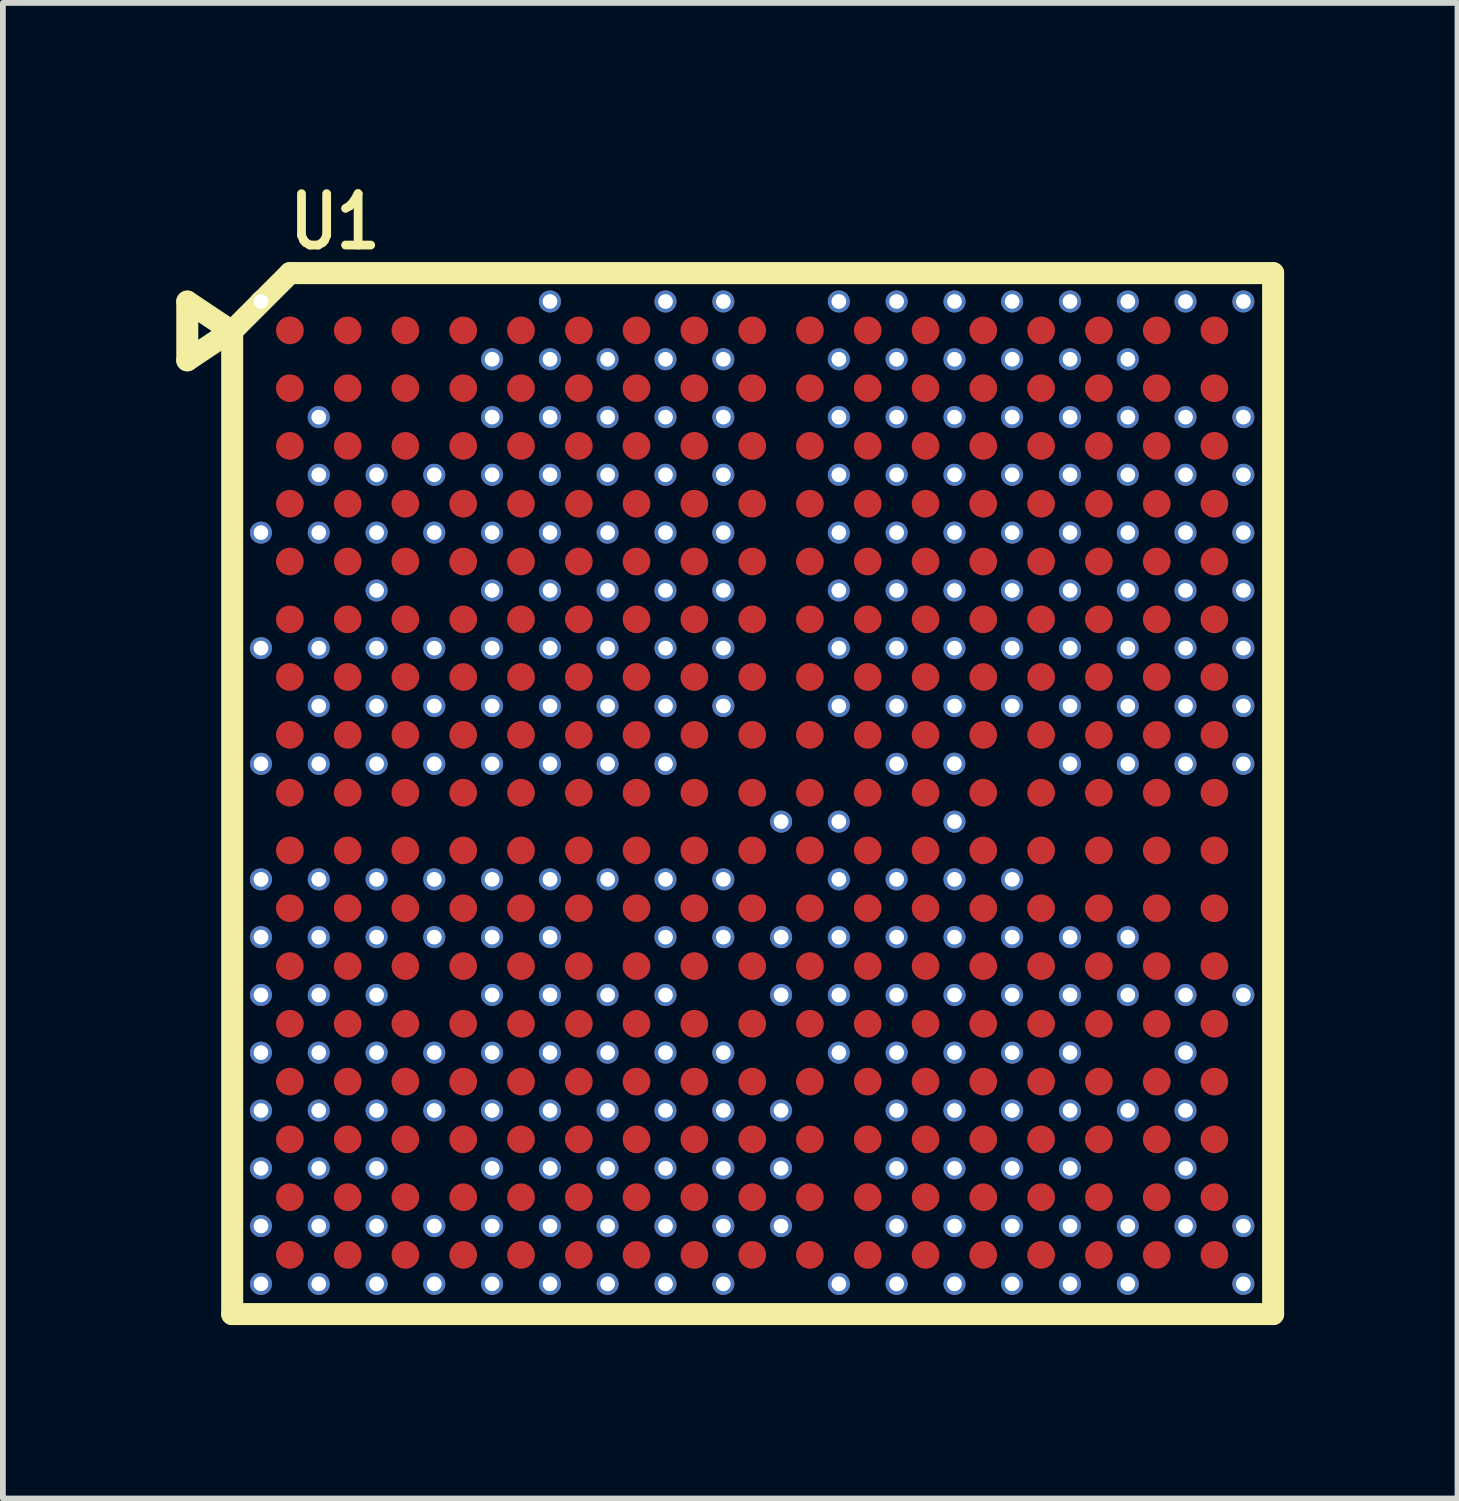
<source format=kicad_pcb>
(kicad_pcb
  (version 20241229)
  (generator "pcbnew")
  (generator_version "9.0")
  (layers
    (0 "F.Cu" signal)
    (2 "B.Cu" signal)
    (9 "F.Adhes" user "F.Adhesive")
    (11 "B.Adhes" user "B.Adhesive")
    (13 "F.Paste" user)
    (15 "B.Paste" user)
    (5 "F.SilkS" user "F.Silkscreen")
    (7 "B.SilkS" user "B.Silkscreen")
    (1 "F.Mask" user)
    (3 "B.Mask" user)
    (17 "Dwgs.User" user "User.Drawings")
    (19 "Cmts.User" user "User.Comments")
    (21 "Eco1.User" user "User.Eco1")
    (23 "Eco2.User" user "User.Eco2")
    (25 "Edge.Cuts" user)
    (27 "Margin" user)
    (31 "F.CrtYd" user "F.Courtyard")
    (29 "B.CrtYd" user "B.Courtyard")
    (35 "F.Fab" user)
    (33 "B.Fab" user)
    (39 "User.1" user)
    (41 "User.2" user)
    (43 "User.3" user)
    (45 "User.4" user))
  (footprint "U1"
    (layer "F.Cu")
    (at 1.966 2.667)
    (property "Reference" "U1" (at 0.782 -1.88 0) (layer "F.SilkS") (effects (font (size 0.889 0.762) (thickness 0.152))))
    (attr smd)
    (fp_line (start -1.775 -0.498) (end -1.775 0.518) (stroke (width 0.381) (type solid)) (layer "F.SilkS"))
    (fp_line (start -1.775 0.518) (end -1.013 0.01) (stroke (width 0.381) (type solid)) (layer "F.SilkS"))
    (fp_line (start -1.013 0.01) (end -1.775 -0.498) (stroke (width 0.381) (type solid)) (layer "F.SilkS"))
    (fp_line (start -0.998 0.01) (end 0.003 -0.991) (stroke (width 0.381) (type solid)) (layer "F.SilkS"))
    (fp_line (start -0.998 17.023) (end -0.998 0.01) (stroke (width 0.381) (type solid)) (layer "F.SilkS"))
    (fp_line (start 0.003 -0.991) (end 17.015 -0.991) (stroke (width 0.381) (type solid)) (layer "F.SilkS"))
    (fp_line (start 17.015 -0.991) (end 17.015 17.023) (stroke (width 0.381) (type solid)) (layer "F.SilkS"))
    (fp_line (start 17.015 17.023) (end -0.998 17.023) (stroke (width 0.381) (type solid)) (layer "F.SilkS"))
    (pad "A1" thru_hole circle (at -0.5 -0.5) (size 0.381 0.381) (drill 0.254) (layers "*.Cu"))
    (pad "A1" smd circle (at 0 0) (size 0.48 0.48) (layers "F.Cu" "F.Mask" "F.Paste"))
    (pad "A2" smd circle (at 1.001 0) (size 0.48 0.48) (layers "F.Cu" "F.Mask" "F.Paste"))
    (pad "A3" smd circle (at 1.999 0) (size 0.48 0.48) (layers "F.Cu" "F.Mask" "F.Paste"))
    (pad "A4" smd circle (at 3 0) (size 0.48 0.48) (layers "F.Cu" "F.Mask" "F.Paste"))
    (pad "A5" smd circle (at 4 0) (size 0.48 0.48) (layers "F.Cu" "F.Mask" "F.Paste"))
    (pad "A6" thru_hole circle (at 4.501 -0.5) (size 0.381 0.381) (drill 0.254) (layers "*.Cu"))
    (pad "A6" smd circle (at 5.001 0) (size 0.48 0.48) (layers "F.Cu" "F.Mask" "F.Paste"))
    (pad "A7" smd circle (at 5.999 0) (size 0.48 0.48) (layers "F.Cu" "F.Mask" "F.Paste"))
    (pad "A8" thru_hole circle (at 6.5 -0.5) (size 0.381 0.381) (drill 0.254) (layers "*.Cu"))
    (pad "A8" smd circle (at 7 0) (size 0.48 0.48) (layers "F.Cu" "F.Mask" "F.Paste"))
    (pad "A9" thru_hole circle (at 7.501 -0.5) (size 0.381 0.381) (drill 0.254) (layers "*.Cu"))
    (pad "A9" smd circle (at 8.001 0) (size 0.48 0.48) (layers "F.Cu" "F.Mask" "F.Paste"))
    (pad "A10" smd circle (at 8.999 0) (size 0.48 0.48) (layers "F.Cu" "F.Mask" "F.Paste"))
    (pad "A10" thru_hole circle (at 9.5 -0.5) (size 0.381 0.381) (drill 0.254) (layers "*.Cu"))
    (pad "A11" smd circle (at 10 0) (size 0.48 0.48) (layers "F.Cu" "F.Mask" "F.Paste"))
    (pad "A11" thru_hole circle (at 10.5 -0.5) (size 0.381 0.381) (drill 0.254) (layers "*.Cu"))
    (pad "A12" smd circle (at 11.001 0) (size 0.48 0.48) (layers "F.Cu" "F.Mask" "F.Paste"))
    (pad "A12" thru_hole circle (at 11.501 -0.5) (size 0.381 0.381) (drill 0.254) (layers "*.Cu"))
    (pad "A13" smd circle (at 11.999 0) (size 0.48 0.48) (layers "F.Cu" "F.Mask" "F.Paste"))
    (pad "A13" thru_hole circle (at 12.499 -0.5) (size 0.381 0.381) (drill 0.254) (layers "*.Cu"))
    (pad "A14" smd circle (at 13 0) (size 0.48 0.48) (layers "F.Cu" "F.Mask" "F.Paste"))
    (pad "A14" thru_hole circle (at 13.5 -0.5) (size 0.381 0.381) (drill 0.254) (layers "*.Cu"))
    (pad "A15" smd circle (at 14 0) (size 0.48 0.48) (layers "F.Cu" "F.Mask" "F.Paste"))
    (pad "A15" thru_hole circle (at 14.501 -0.5) (size 0.381 0.381) (drill 0.254) (layers "*.Cu"))
    (pad "A16" smd circle (at 15.001 0) (size 0.48 0.48) (layers "F.Cu" "F.Mask" "F.Paste"))
    (pad "A16" thru_hole circle (at 15.499 -0.5) (size 0.381 0.381) (drill 0.254) (layers "*.Cu"))
    (pad "A17" smd circle (at 15.999 0) (size 0.48 0.48) (layers "F.Cu" "F.Mask" "F.Paste"))
    (pad "A17" thru_hole circle (at 16.5 -0.5) (size 0.381 0.381) (drill 0.254) (layers "*.Cu"))
    (pad "B1" smd circle (at 0 1.001) (size 0.48 0.48) (layers "F.Cu" "F.Mask" "F.Paste"))
    (pad "B2" smd circle (at 1.001 1.001) (size 0.48 0.48) (layers "F.Cu" "F.Mask" "F.Paste"))
    (pad "B3" smd circle (at 1.999 1.001) (size 0.48 0.48) (layers "F.Cu" "F.Mask" "F.Paste"))
    (pad "B4" smd circle (at 3 1.001) (size 0.48 0.48) (layers "F.Cu" "F.Mask" "F.Paste"))
    (pad "B5" thru_hole circle (at 3.5 0.5) (size 0.381 0.381) (drill 0.254) (layers "*.Cu"))
    (pad "B5" smd circle (at 4 1.001) (size 0.48 0.48) (layers "F.Cu" "F.Mask" "F.Paste"))
    (pad "B6" thru_hole circle (at 4.501 0.5) (size 0.381 0.381) (drill 0.254) (layers "*.Cu"))
    (pad "B6" smd circle (at 5.001 1.001) (size 0.48 0.48) (layers "F.Cu" "F.Mask" "F.Paste"))
    (pad "B7" thru_hole circle (at 5.499 0.5) (size 0.381 0.381) (drill 0.254) (layers "*.Cu"))
    (pad "B7" smd circle (at 5.999 1.001) (size 0.48 0.48) (layers "F.Cu" "F.Mask" "F.Paste"))
    (pad "B8" thru_hole circle (at 6.5 0.5) (size 0.381 0.381) (drill 0.254) (layers "*.Cu"))
    (pad "B8" smd circle (at 7 1.001) (size 0.48 0.48) (layers "F.Cu" "F.Mask" "F.Paste"))
    (pad "B9" thru_hole circle (at 7.501 0.5) (size 0.381 0.381) (drill 0.254) (layers "*.Cu"))
    (pad "B9" smd circle (at 8.001 1.001) (size 0.48 0.48) (layers "F.Cu" "F.Mask" "F.Paste"))
    (pad "B10" smd circle (at 8.999 1.001) (size 0.48 0.48) (layers "F.Cu" "F.Mask" "F.Paste"))
    (pad "B10" thru_hole circle (at 9.5 0.5) (size 0.381 0.381) (drill 0.254) (layers "*.Cu"))
    (pad "B11" smd circle (at 10 1.001) (size 0.48 0.48) (layers "F.Cu" "F.Mask" "F.Paste"))
    (pad "B11" thru_hole circle (at 10.5 0.5) (size 0.381 0.381) (drill 0.254) (layers "*.Cu"))
    (pad "B12" smd circle (at 11.001 1.001) (size 0.48 0.48) (layers "F.Cu" "F.Mask" "F.Paste"))
    (pad "B12" thru_hole circle (at 11.501 0.5) (size 0.381 0.381) (drill 0.254) (layers "*.Cu"))
    (pad "B13" smd circle (at 11.999 1.001) (size 0.48 0.48) (layers "F.Cu" "F.Mask" "F.Paste"))
    (pad "B13" thru_hole circle (at 12.499 0.5) (size 0.381 0.381) (drill 0.254) (layers "*.Cu"))
    (pad "B14" smd circle (at 13 1.001) (size 0.48 0.48) (layers "F.Cu" "F.Mask" "F.Paste"))
    (pad "B14" thru_hole circle (at 13.5 0.5) (size 0.381 0.381) (drill 0.254) (layers "*.Cu"))
    (pad "B15" smd circle (at 14 1.001) (size 0.48 0.48) (layers "F.Cu" "F.Mask" "F.Paste"))
    (pad "B15" thru_hole circle (at 14.501 0.5) (size 0.381 0.381) (drill 0.254) (layers "*.Cu"))
    (pad "B16" smd circle (at 15.001 1.001) (size 0.48 0.48) (layers "F.Cu" "F.Mask" "F.Paste"))
    (pad "B17" smd circle (at 15.999 1.001) (size 0.48 0.48) (layers "F.Cu" "F.Mask" "F.Paste"))
    (pad "C1" smd circle (at 0 1.999) (size 0.48 0.48) (layers "F.Cu" "F.Mask" "F.Paste"))
    (pad "C2" thru_hole circle (at 0.5 1.501) (size 0.381 0.381) (drill 0.254) (layers "*.Cu"))
    (pad "C2" smd circle (at 1.001 1.999) (size 0.48 0.48) (layers "F.Cu" "F.Mask" "F.Paste"))
    (pad "C3" smd circle (at 1.999 1.999) (size 0.48 0.48) (layers "F.Cu" "F.Mask" "F.Paste"))
    (pad "C4" smd circle (at 3 1.999) (size 0.48 0.48) (layers "F.Cu" "F.Mask" "F.Paste"))
    (pad "C5" thru_hole circle (at 3.5 1.501) (size 0.381 0.381) (drill 0.254) (layers "*.Cu"))
    (pad "C5" smd circle (at 4 1.999) (size 0.48 0.48) (layers "F.Cu" "F.Mask" "F.Paste"))
    (pad "C6" thru_hole circle (at 4.501 1.501) (size 0.381 0.381) (drill 0.254) (layers "*.Cu"))
    (pad "C6" smd circle (at 5.001 1.999) (size 0.48 0.48) (layers "F.Cu" "F.Mask" "F.Paste"))
    (pad "C7" thru_hole circle (at 5.499 1.501) (size 0.381 0.381) (drill 0.254) (layers "*.Cu"))
    (pad "C7" smd circle (at 5.999 1.999) (size 0.48 0.48) (layers "F.Cu" "F.Mask" "F.Paste"))
    (pad "C8" thru_hole circle (at 6.5 1.501) (size 0.381 0.381) (drill 0.254) (layers "*.Cu"))
    (pad "C8" smd circle (at 7 1.999) (size 0.48 0.48) (layers "F.Cu" "F.Mask" "F.Paste"))
    (pad "C9" thru_hole circle (at 7.501 1.501) (size 0.381 0.381) (drill 0.254) (layers "*.Cu"))
    (pad "C9" smd circle (at 8.001 1.999) (size 0.48 0.48) (layers "F.Cu" "F.Mask" "F.Paste"))
    (pad "C10" smd circle (at 8.999 1.999) (size 0.48 0.48) (layers "F.Cu" "F.Mask" "F.Paste"))
    (pad "C10" thru_hole circle (at 9.5 1.501) (size 0.381 0.381) (drill 0.254) (layers "*.Cu"))
    (pad "C11" smd circle (at 10 1.999) (size 0.48 0.48) (layers "F.Cu" "F.Mask" "F.Paste"))
    (pad "C11" thru_hole circle (at 10.5 1.501) (size 0.381 0.381) (drill 0.254) (layers "*.Cu"))
    (pad "C12" smd circle (at 11.001 1.999) (size 0.48 0.48) (layers "F.Cu" "F.Mask" "F.Paste"))
    (pad "C12" thru_hole circle (at 11.501 1.501) (size 0.381 0.381) (drill 0.254) (layers "*.Cu"))
    (pad "C13" smd circle (at 11.999 1.999) (size 0.48 0.48) (layers "F.Cu" "F.Mask" "F.Paste"))
    (pad "C13" thru_hole circle (at 12.499 1.501) (size 0.381 0.381) (drill 0.254) (layers "*.Cu"))
    (pad "C14" smd circle (at 13 1.999) (size 0.48 0.48) (layers "F.Cu" "F.Mask" "F.Paste"))
    (pad "C14" thru_hole circle (at 13.5 1.501) (size 0.381 0.381) (drill 0.254) (layers "*.Cu"))
    (pad "C15" smd circle (at 14 1.999) (size 0.48 0.48) (layers "F.Cu" "F.Mask" "F.Paste"))
    (pad "C15" thru_hole circle (at 14.501 1.501) (size 0.381 0.381) (drill 0.254) (layers "*.Cu"))
    (pad "C16" smd circle (at 15.001 1.999) (size 0.48 0.48) (layers "F.Cu" "F.Mask" "F.Paste"))
    (pad "C16" thru_hole circle (at 15.499 1.501) (size 0.381 0.381) (drill 0.254) (layers "*.Cu"))
    (pad "C17" smd circle (at 15.999 1.999) (size 0.48 0.48) (layers "F.Cu" "F.Mask" "F.Paste"))
    (pad "C17" thru_hole circle (at 16.5 1.501) (size 0.381 0.381) (drill 0.254) (layers "*.Cu"))
    (pad "D1" smd circle (at 0 3) (size 0.48 0.48) (layers "F.Cu" "F.Mask" "F.Paste"))
    (pad "D2" thru_hole circle (at 0.5 2.499) (size 0.381 0.381) (drill 0.254) (layers "*.Cu"))
    (pad "D2" smd circle (at 1.001 3) (size 0.48 0.48) (layers "F.Cu" "F.Mask" "F.Paste"))
    (pad "D3" thru_hole circle (at 1.501 2.499) (size 0.381 0.381) (drill 0.254) (layers "*.Cu"))
    (pad "D3" smd circle (at 1.999 3) (size 0.48 0.48) (layers "F.Cu" "F.Mask" "F.Paste"))
    (pad "D4" thru_hole circle (at 2.499 2.499) (size 0.381 0.381) (drill 0.254) (layers "*.Cu"))
    (pad "D4" smd circle (at 3 3) (size 0.48 0.48) (layers "F.Cu" "F.Mask" "F.Paste"))
    (pad "D5" thru_hole circle (at 3.5 2.499) (size 0.381 0.381) (drill 0.254) (layers "*.Cu"))
    (pad "D5" smd circle (at 4 3) (size 0.48 0.48) (layers "F.Cu" "F.Mask" "F.Paste"))
    (pad "D6" thru_hole circle (at 4.501 2.499) (size 0.381 0.381) (drill 0.254) (layers "*.Cu"))
    (pad "D6" smd circle (at 5.001 3) (size 0.48 0.48) (layers "F.Cu" "F.Mask" "F.Paste"))
    (pad "D7" thru_hole circle (at 5.499 2.499) (size 0.381 0.381) (drill 0.254) (layers "*.Cu"))
    (pad "D7" smd circle (at 5.999 3) (size 0.48 0.48) (layers "F.Cu" "F.Mask" "F.Paste"))
    (pad "D8" thru_hole circle (at 6.5 2.499) (size 0.381 0.381) (drill 0.254) (layers "*.Cu"))
    (pad "D8" smd circle (at 7 3) (size 0.48 0.48) (layers "F.Cu" "F.Mask" "F.Paste"))
    (pad "D9" thru_hole circle (at 7.501 2.499) (size 0.381 0.381) (drill 0.254) (layers "*.Cu"))
    (pad "D9" smd circle (at 8.001 3) (size 0.48 0.48) (layers "F.Cu" "F.Mask" "F.Paste"))
    (pad "D10" smd circle (at 8.999 3) (size 0.48 0.48) (layers "F.Cu" "F.Mask" "F.Paste"))
    (pad "D10" thru_hole circle (at 9.5 2.499) (size 0.381 0.381) (drill 0.254) (layers "*.Cu"))
    (pad "D11" smd circle (at 10 3) (size 0.48 0.48) (layers "F.Cu" "F.Mask" "F.Paste"))
    (pad "D11" thru_hole circle (at 10.5 2.499) (size 0.381 0.381) (drill 0.254) (layers "*.Cu"))
    (pad "D12" smd circle (at 11.001 3) (size 0.48 0.48) (layers "F.Cu" "F.Mask" "F.Paste"))
    (pad "D12" thru_hole circle (at 11.501 2.499) (size 0.381 0.381) (drill 0.254) (layers "*.Cu"))
    (pad "D13" smd circle (at 11.999 3) (size 0.48 0.48) (layers "F.Cu" "F.Mask" "F.Paste"))
    (pad "D13" thru_hole circle (at 12.499 2.499) (size 0.381 0.381) (drill 0.254) (layers "*.Cu"))
    (pad "D14" smd circle (at 13 3) (size 0.48 0.48) (layers "F.Cu" "F.Mask" "F.Paste"))
    (pad "D14" thru_hole circle (at 13.5 2.499) (size 0.381 0.381) (drill 0.254) (layers "*.Cu"))
    (pad "D15" smd circle (at 14 3) (size 0.48 0.48) (layers "F.Cu" "F.Mask" "F.Paste"))
    (pad "D15" thru_hole circle (at 14.501 2.499) (size 0.381 0.381) (drill 0.254) (layers "*.Cu"))
    (pad "D16" smd circle (at 15.001 3) (size 0.48 0.48) (layers "F.Cu" "F.Mask" "F.Paste"))
    (pad "D16" thru_hole circle (at 15.499 2.499) (size 0.381 0.381) (drill 0.254) (layers "*.Cu"))
    (pad "D17" smd circle (at 15.999 3) (size 0.48 0.48) (layers "F.Cu" "F.Mask" "F.Paste"))
    (pad "D17" thru_hole circle (at 16.5 2.499) (size 0.381 0.381) (drill 0.254) (layers "*.Cu"))
    (pad "E1" thru_hole circle (at -0.5 3.5) (size 0.381 0.381) (drill 0.254) (layers "*.Cu"))
    (pad "E1" smd circle (at 0 4) (size 0.48 0.48) (layers "F.Cu" "F.Mask" "F.Paste"))
    (pad "E2" thru_hole circle (at 0.5 3.5) (size 0.381 0.381) (drill 0.254) (layers "*.Cu"))
    (pad "E2" smd circle (at 1.001 4) (size 0.48 0.48) (layers "F.Cu" "F.Mask" "F.Paste"))
    (pad "E3" thru_hole circle (at 1.501 3.5) (size 0.381 0.381) (drill 0.254) (layers "*.Cu"))
    (pad "E3" smd circle (at 1.999 4) (size 0.48 0.48) (layers "F.Cu" "F.Mask" "F.Paste"))
    (pad "E4" thru_hole circle (at 2.499 3.5) (size 0.381 0.381) (drill 0.254) (layers "*.Cu"))
    (pad "E4" smd circle (at 3 4) (size 0.48 0.48) (layers "F.Cu" "F.Mask" "F.Paste"))
    (pad "E5" thru_hole circle (at 3.5 3.5) (size 0.381 0.381) (drill 0.254) (layers "*.Cu"))
    (pad "E5" smd circle (at 4 4) (size 0.48 0.48) (layers "F.Cu" "F.Mask" "F.Paste"))
    (pad "E6" thru_hole circle (at 4.501 3.5) (size 0.381 0.381) (drill 0.254) (layers "*.Cu"))
    (pad "E6" smd circle (at 5.001 4) (size 0.48 0.48) (layers "F.Cu" "F.Mask" "F.Paste"))
    (pad "E7" thru_hole circle (at 5.499 3.5) (size 0.381 0.381) (drill 0.254) (layers "*.Cu"))
    (pad "E7" smd circle (at 5.999 4) (size 0.48 0.48) (layers "F.Cu" "F.Mask" "F.Paste"))
    (pad "E8" thru_hole circle (at 6.5 3.5) (size 0.381 0.381) (drill 0.254) (layers "*.Cu"))
    (pad "E8" smd circle (at 7 4) (size 0.48 0.48) (layers "F.Cu" "F.Mask" "F.Paste"))
    (pad "E9" thru_hole circle (at 7.501 3.5) (size 0.381 0.381) (drill 0.254) (layers "*.Cu"))
    (pad "E9" smd circle (at 8.001 4) (size 0.48 0.48) (layers "F.Cu" "F.Mask" "F.Paste"))
    (pad "E10" smd circle (at 8.999 4) (size 0.48 0.48) (layers "F.Cu" "F.Mask" "F.Paste"))
    (pad "E10" thru_hole circle (at 9.5 3.5) (size 0.381 0.381) (drill 0.254) (layers "*.Cu"))
    (pad "E11" smd circle (at 10 4) (size 0.48 0.48) (layers "F.Cu" "F.Mask" "F.Paste"))
    (pad "E11" thru_hole circle (at 10.5 3.5) (size 0.381 0.381) (drill 0.254) (layers "*.Cu"))
    (pad "E12" smd circle (at 11.001 4) (size 0.48 0.48) (layers "F.Cu" "F.Mask" "F.Paste"))
    (pad "E12" thru_hole circle (at 11.501 3.5) (size 0.381 0.381) (drill 0.254) (layers "*.Cu"))
    (pad "E13" smd circle (at 11.999 4) (size 0.48 0.48) (layers "F.Cu" "F.Mask" "F.Paste"))
    (pad "E13" thru_hole circle (at 12.499 3.5) (size 0.381 0.381) (drill 0.254) (layers "*.Cu"))
    (pad "E14" smd circle (at 13 4) (size 0.48 0.48) (layers "F.Cu" "F.Mask" "F.Paste"))
    (pad "E14" thru_hole circle (at 13.5 3.5) (size 0.381 0.381) (drill 0.254) (layers "*.Cu"))
    (pad "E15" smd circle (at 14 4) (size 0.48 0.48) (layers "F.Cu" "F.Mask" "F.Paste"))
    (pad "E15" thru_hole circle (at 14.501 3.5) (size 0.381 0.381) (drill 0.254) (layers "*.Cu"))
    (pad "E16" smd circle (at 15.001 4) (size 0.48 0.48) (layers "F.Cu" "F.Mask" "F.Paste"))
    (pad "E16" thru_hole circle (at 15.499 3.5) (size 0.381 0.381) (drill 0.254) (layers "*.Cu"))
    (pad "E17" smd circle (at 15.999 4) (size 0.48 0.48) (layers "F.Cu" "F.Mask" "F.Paste"))
    (pad "E17" thru_hole circle (at 16.5 3.5) (size 0.381 0.381) (drill 0.254) (layers "*.Cu"))
    (pad "F1" smd circle (at 0 5.001) (size 0.48 0.48) (layers "F.Cu" "F.Mask" "F.Paste"))
    (pad "F2" smd circle (at 1.001 5.001) (size 0.48 0.48) (layers "F.Cu" "F.Mask" "F.Paste"))
    (pad "F3" thru_hole circle (at 1.501 4.501) (size 0.381 0.381) (drill 0.254) (layers "*.Cu"))
    (pad "F3" smd circle (at 1.999 5.001) (size 0.48 0.48) (layers "F.Cu" "F.Mask" "F.Paste"))
    (pad "F4" smd circle (at 3 5.001) (size 0.48 0.48) (layers "F.Cu" "F.Mask" "F.Paste"))
    (pad "F5" thru_hole circle (at 3.5 4.501) (size 0.381 0.381) (drill 0.254) (layers "*.Cu"))
    (pad "F5" smd circle (at 4 5.001) (size 0.48 0.48) (layers "F.Cu" "F.Mask" "F.Paste"))
    (pad "F6" thru_hole circle (at 4.501 4.501) (size 0.381 0.381) (drill 0.254) (layers "*.Cu"))
    (pad "F6" smd circle (at 5.001 5.001) (size 0.48 0.48) (layers "F.Cu" "F.Mask" "F.Paste"))
    (pad "F7" thru_hole circle (at 5.499 4.501) (size 0.381 0.381) (drill 0.254) (layers "*.Cu"))
    (pad "F7" smd circle (at 5.999 5.001) (size 0.48 0.48) (layers "F.Cu" "F.Mask" "F.Paste"))
    (pad "F8" thru_hole circle (at 6.5 4.501) (size 0.381 0.381) (drill 0.254) (layers "*.Cu"))
    (pad "F8" smd circle (at 7 5.001) (size 0.48 0.48) (layers "F.Cu" "F.Mask" "F.Paste"))
    (pad "F9" thru_hole circle (at 7.501 4.501) (size 0.381 0.381) (drill 0.254) (layers "*.Cu"))
    (pad "F9" smd circle (at 8.001 5.001) (size 0.48 0.48) (layers "F.Cu" "F.Mask" "F.Paste"))
    (pad "F10" smd circle (at 8.999 5.001) (size 0.48 0.48) (layers "F.Cu" "F.Mask" "F.Paste"))
    (pad "F10" thru_hole circle (at 9.5 4.501) (size 0.381 0.381) (drill 0.254) (layers "*.Cu"))
    (pad "F11" smd circle (at 10 5.001) (size 0.48 0.48) (layers "F.Cu" "F.Mask" "F.Paste"))
    (pad "F11" thru_hole circle (at 10.5 4.501) (size 0.381 0.381) (drill 0.254) (layers "*.Cu"))
    (pad "F12" smd circle (at 11.001 5.001) (size 0.48 0.48) (layers "F.Cu" "F.Mask" "F.Paste"))
    (pad "F12" thru_hole circle (at 11.501 4.501) (size 0.381 0.381) (drill 0.254) (layers "*.Cu"))
    (pad "F13" smd circle (at 11.999 5.001) (size 0.48 0.48) (layers "F.Cu" "F.Mask" "F.Paste"))
    (pad "F13" thru_hole circle (at 12.499 4.501) (size 0.381 0.381) (drill 0.254) (layers "*.Cu"))
    (pad "F14" smd circle (at 13 5.001) (size 0.48 0.48) (layers "F.Cu" "F.Mask" "F.Paste"))
    (pad "F14" thru_hole circle (at 13.5 4.501) (size 0.381 0.381) (drill 0.254) (layers "*.Cu"))
    (pad "F15" smd circle (at 14 5.001) (size 0.48 0.48) (layers "F.Cu" "F.Mask" "F.Paste"))
    (pad "F15" thru_hole circle (at 14.501 4.501) (size 0.381 0.381) (drill 0.254) (layers "*.Cu"))
    (pad "F16" smd circle (at 15.001 5.001) (size 0.48 0.48) (layers "F.Cu" "F.Mask" "F.Paste"))
    (pad "F16" thru_hole circle (at 15.499 4.501) (size 0.381 0.381) (drill 0.254) (layers "*.Cu"))
    (pad "F17" smd circle (at 15.999 5.001) (size 0.48 0.48) (layers "F.Cu" "F.Mask" "F.Paste"))
    (pad "F17" thru_hole circle (at 16.5 4.501) (size 0.381 0.381) (drill 0.254) (layers "*.Cu"))
    (pad "G1" thru_hole circle (at -0.5 5.499) (size 0.381 0.381) (drill 0.254) (layers "*.Cu"))
    (pad "G1" smd circle (at 0 5.999) (size 0.48 0.48) (layers "F.Cu" "F.Mask" "F.Paste"))
    (pad "G2" thru_hole circle (at 0.5 5.499) (size 0.381 0.381) (drill 0.254) (layers "*.Cu"))
    (pad "G2" smd circle (at 1.001 5.999) (size 0.48 0.48) (layers "F.Cu" "F.Mask" "F.Paste"))
    (pad "G3" thru_hole circle (at 1.501 5.499) (size 0.381 0.381) (drill 0.254) (layers "*.Cu"))
    (pad "G3" smd circle (at 1.999 5.999) (size 0.48 0.48) (layers "F.Cu" "F.Mask" "F.Paste"))
    (pad "G4" thru_hole circle (at 2.499 5.499) (size 0.381 0.381) (drill 0.254) (layers "*.Cu"))
    (pad "G4" smd circle (at 3 5.999) (size 0.48 0.48) (layers "F.Cu" "F.Mask" "F.Paste"))
    (pad "G5" thru_hole circle (at 3.5 5.499) (size 0.381 0.381) (drill 0.254) (layers "*.Cu"))
    (pad "G5" smd circle (at 4 5.999) (size 0.48 0.48) (layers "F.Cu" "F.Mask" "F.Paste"))
    (pad "G6" thru_hole circle (at 4.501 5.499) (size 0.381 0.381) (drill 0.254) (layers "*.Cu"))
    (pad "G6" smd circle (at 5.001 5.999) (size 0.48 0.48) (layers "F.Cu" "F.Mask" "F.Paste"))
    (pad "G7" thru_hole circle (at 5.499 5.499) (size 0.381 0.381) (drill 0.254) (layers "*.Cu"))
    (pad "G7" smd circle (at 5.999 5.999) (size 0.48 0.48) (layers "F.Cu" "F.Mask" "F.Paste"))
    (pad "G8" thru_hole circle (at 6.5 5.499) (size 0.381 0.381) (drill 0.254) (layers "*.Cu"))
    (pad "G8" smd circle (at 7 5.999) (size 0.48 0.48) (layers "F.Cu" "F.Mask" "F.Paste"))
    (pad "G9" thru_hole circle (at 7.501 5.499) (size 0.381 0.381) (drill 0.254) (layers "*.Cu"))
    (pad "G9" smd circle (at 8.001 5.999) (size 0.48 0.48) (layers "F.Cu" "F.Mask" "F.Paste"))
    (pad "G10" smd circle (at 8.999 5.999) (size 0.48 0.48) (layers "F.Cu" "F.Mask" "F.Paste"))
    (pad "G10" thru_hole circle (at 9.5 5.499) (size 0.381 0.381) (drill 0.254) (layers "*.Cu"))
    (pad "G11" smd circle (at 10 5.999) (size 0.48 0.48) (layers "F.Cu" "F.Mask" "F.Paste"))
    (pad "G11" thru_hole circle (at 10.5 5.499) (size 0.381 0.381) (drill 0.254) (layers "*.Cu"))
    (pad "G12" smd circle (at 11.001 5.999) (size 0.48 0.48) (layers "F.Cu" "F.Mask" "F.Paste"))
    (pad "G12" thru_hole circle (at 11.501 5.499) (size 0.381 0.381) (drill 0.254) (layers "*.Cu"))
    (pad "G13" smd circle (at 11.999 5.999) (size 0.48 0.48) (layers "F.Cu" "F.Mask" "F.Paste"))
    (pad "G13" thru_hole circle (at 12.499 5.499) (size 0.381 0.381) (drill 0.254) (layers "*.Cu"))
    (pad "G14" smd circle (at 13 5.999) (size 0.48 0.48) (layers "F.Cu" "F.Mask" "F.Paste"))
    (pad "G14" thru_hole circle (at 13.5 5.499) (size 0.381 0.381) (drill 0.254) (layers "*.Cu"))
    (pad "G15" smd circle (at 14 5.999) (size 0.48 0.48) (layers "F.Cu" "F.Mask" "F.Paste"))
    (pad "G15" thru_hole circle (at 14.501 5.499) (size 0.381 0.381) (drill 0.254) (layers "*.Cu"))
    (pad "G16" smd circle (at 15.001 5.999) (size 0.48 0.48) (layers "F.Cu" "F.Mask" "F.Paste"))
    (pad "G16" thru_hole circle (at 15.499 5.499) (size 0.381 0.381) (drill 0.254) (layers "*.Cu"))
    (pad "G17" smd circle (at 15.999 5.999) (size 0.48 0.48) (layers "F.Cu" "F.Mask" "F.Paste"))
    (pad "G17" thru_hole circle (at 16.5 5.499) (size 0.381 0.381) (drill 0.254) (layers "*.Cu"))
    (pad "H1" smd circle (at 0 7) (size 0.48 0.48) (layers "F.Cu" "F.Mask" "F.Paste"))
    (pad "H2" thru_hole circle (at 0.5 6.5) (size 0.381 0.381) (drill 0.254) (layers "*.Cu"))
    (pad "H2" smd circle (at 1.001 7) (size 0.48 0.48) (layers "F.Cu" "F.Mask" "F.Paste"))
    (pad "H3" thru_hole circle (at 1.501 6.5) (size 0.381 0.381) (drill 0.254) (layers "*.Cu"))
    (pad "H3" smd circle (at 1.999 7) (size 0.48 0.48) (layers "F.Cu" "F.Mask" "F.Paste"))
    (pad "H4" thru_hole circle (at 2.499 6.5) (size 0.381 0.381) (drill 0.254) (layers "*.Cu"))
    (pad "H4" smd circle (at 3 7) (size 0.48 0.48) (layers "F.Cu" "F.Mask" "F.Paste"))
    (pad "H5" thru_hole circle (at 3.5 6.5) (size 0.381 0.381) (drill 0.254) (layers "*.Cu"))
    (pad "H5" smd circle (at 4 7) (size 0.48 0.48) (layers "F.Cu" "F.Mask" "F.Paste"))
    (pad "H6" thru_hole circle (at 4.501 6.5) (size 0.381 0.381) (drill 0.254) (layers "*.Cu"))
    (pad "H6" smd circle (at 5.001 7) (size 0.48 0.48) (layers "F.Cu" "F.Mask" "F.Paste"))
    (pad "H7" thru_hole circle (at 5.499 6.5) (size 0.381 0.381) (drill 0.254) (layers "*.Cu"))
    (pad "H7" smd circle (at 5.999 7) (size 0.48 0.48) (layers "F.Cu" "F.Mask" "F.Paste"))
    (pad "H8" thru_hole circle (at 6.5 6.5) (size 0.381 0.381) (drill 0.254) (layers "*.Cu"))
    (pad "H8" smd circle (at 7 7) (size 0.48 0.48) (layers "F.Cu" "F.Mask" "F.Paste"))
    (pad "H9" thru_hole circle (at 7.501 6.5) (size 0.381 0.381) (drill 0.254) (layers "*.Cu"))
    (pad "H9" smd circle (at 8.001 7) (size 0.48 0.48) (layers "F.Cu" "F.Mask" "F.Paste"))
    (pad "H10" smd circle (at 8.999 7) (size 0.48 0.48) (layers "F.Cu" "F.Mask" "F.Paste"))
    (pad "H10" thru_hole circle (at 9.5 6.5) (size 0.381 0.381) (drill 0.254) (layers "*.Cu"))
    (pad "H11" smd circle (at 10 7) (size 0.48 0.48) (layers "F.Cu" "F.Mask" "F.Paste"))
    (pad "H11" thru_hole circle (at 10.5 6.5) (size 0.381 0.381) (drill 0.254) (layers "*.Cu"))
    (pad "H12" smd circle (at 11.001 7) (size 0.48 0.48) (layers "F.Cu" "F.Mask" "F.Paste"))
    (pad "H12" thru_hole circle (at 11.501 6.5) (size 0.381 0.381) (drill 0.254) (layers "*.Cu"))
    (pad "H13" smd circle (at 11.999 7) (size 0.48 0.48) (layers "F.Cu" "F.Mask" "F.Paste"))
    (pad "H13" thru_hole circle (at 12.499 6.5) (size 0.381 0.381) (drill 0.254) (layers "*.Cu"))
    (pad "H14" smd circle (at 13 7) (size 0.48 0.48) (layers "F.Cu" "F.Mask" "F.Paste"))
    (pad "H14" thru_hole circle (at 13.5 6.5) (size 0.381 0.381) (drill 0.254) (layers "*.Cu"))
    (pad "H15" smd circle (at 14 7) (size 0.48 0.48) (layers "F.Cu" "F.Mask" "F.Paste"))
    (pad "H15" thru_hole circle (at 14.501 6.5) (size 0.381 0.381) (drill 0.254) (layers "*.Cu"))
    (pad "H16" smd circle (at 15.001 7) (size 0.48 0.48) (layers "F.Cu" "F.Mask" "F.Paste"))
    (pad "H16" thru_hole circle (at 15.499 6.5) (size 0.381 0.381) (drill 0.254) (layers "*.Cu"))
    (pad "H17" smd circle (at 15.999 7) (size 0.48 0.48) (layers "F.Cu" "F.Mask" "F.Paste"))
    (pad "H17" thru_hole circle (at 16.5 6.5) (size 0.381 0.381) (drill 0.254) (layers "*.Cu"))
    (pad "J1" thru_hole circle (at -0.5 7.501) (size 0.381 0.381) (drill 0.254) (layers "*.Cu"))
    (pad "J1" smd circle (at 0 8.001) (size 0.48 0.48) (layers "F.Cu" "F.Mask" "F.Paste"))
    (pad "J2" thru_hole circle (at 0.5 7.501) (size 0.381 0.381) (drill 0.254) (layers "*.Cu"))
    (pad "J2" smd circle (at 1.001 8.001) (size 0.48 0.48) (layers "F.Cu" "F.Mask" "F.Paste"))
    (pad "J3" thru_hole circle (at 1.501 7.501) (size 0.381 0.381) (drill 0.254) (layers "*.Cu"))
    (pad "J3" smd circle (at 1.999 8.001) (size 0.48 0.48) (layers "F.Cu" "F.Mask" "F.Paste"))
    (pad "J4" thru_hole circle (at 2.499 7.501) (size 0.381 0.381) (drill 0.254) (layers "*.Cu"))
    (pad "J4" smd circle (at 3 8.001) (size 0.48 0.48) (layers "F.Cu" "F.Mask" "F.Paste"))
    (pad "J5" thru_hole circle (at 3.5 7.501) (size 0.381 0.381) (drill 0.254) (layers "*.Cu"))
    (pad "J5" smd circle (at 4 8.001) (size 0.48 0.48) (layers "F.Cu" "F.Mask" "F.Paste"))
    (pad "J6" thru_hole circle (at 4.501 7.501) (size 0.381 0.381) (drill 0.254) (layers "*.Cu"))
    (pad "J6" smd circle (at 5.001 8.001) (size 0.48 0.48) (layers "F.Cu" "F.Mask" "F.Paste"))
    (pad "J7" thru_hole circle (at 5.499 7.501) (size 0.381 0.381) (drill 0.254) (layers "*.Cu"))
    (pad "J7" smd circle (at 5.999 8.001) (size 0.48 0.48) (layers "F.Cu" "F.Mask" "F.Paste"))
    (pad "J8" thru_hole circle (at 6.5 7.501) (size 0.381 0.381) (drill 0.254) (layers "*.Cu"))
    (pad "J8" smd circle (at 7 8.001) (size 0.48 0.48) (layers "F.Cu" "F.Mask" "F.Paste"))
    (pad "J9" smd circle (at 8.001 8.001) (size 0.48 0.48) (layers "F.Cu" "F.Mask" "F.Paste"))
    (pad "J9" thru_hole circle (at 8.501 8.501) (size 0.381 0.381) (drill 0.254) (layers "*.Cu"))
    (pad "J10" smd circle (at 8.999 8.001) (size 0.48 0.48) (layers "F.Cu" "F.Mask" "F.Paste"))
    (pad "J10" thru_hole circle (at 9.5 8.501) (size 0.381 0.381) (drill 0.254) (layers "*.Cu"))
    (pad "J11" smd circle (at 10 8.001) (size 0.48 0.48) (layers "F.Cu" "F.Mask" "F.Paste"))
    (pad "J11" thru_hole circle (at 10.5 7.501) (size 0.381 0.381) (drill 0.254) (layers "*.Cu"))
    (pad "J12" smd circle (at 11.001 8.001) (size 0.48 0.48) (layers "F.Cu" "F.Mask" "F.Paste"))
    (pad "J12" thru_hole circle (at 11.501 8.501) (size 0.381 0.381) (drill 0.254) (layers "*.Cu"))
    (pad "J13" thru_hole circle (at 11.499 7.498) (size 0.381 0.381) (drill 0.254) (layers "*.Cu"))
    (pad "J13" smd circle (at 11.999 8.001) (size 0.48 0.48) (layers "F.Cu" "F.Mask" "F.Paste"))
    (pad "J14" smd circle (at 13 8.001) (size 0.48 0.48) (layers "F.Cu" "F.Mask" "F.Paste"))
    (pad "J14" thru_hole circle (at 13.5 7.501) (size 0.381 0.381) (drill 0.254) (layers "*.Cu"))
    (pad "J15" smd circle (at 14 8.001) (size 0.48 0.48) (layers "F.Cu" "F.Mask" "F.Paste"))
    (pad "J15" thru_hole circle (at 14.501 7.501) (size 0.381 0.381) (drill 0.254) (layers "*.Cu"))
    (pad "J16" smd circle (at 15.001 8.001) (size 0.48 0.48) (layers "F.Cu" "F.Mask" "F.Paste"))
    (pad "J16" thru_hole circle (at 15.499 7.501) (size 0.381 0.381) (drill 0.254) (layers "*.Cu"))
    (pad "J17" smd circle (at 15.999 8.001) (size 0.48 0.48) (layers "F.Cu" "F.Mask" "F.Paste"))
    (pad "J17" thru_hole circle (at 16.5 7.501) (size 0.381 0.381) (drill 0.254) (layers "*.Cu"))
    (pad "K1" thru_hole circle (at -0.5 9.5) (size 0.381 0.381) (drill 0.254) (layers "*.Cu"))
    (pad "K1" smd circle (at 0 8.999) (size 0.48 0.48) (layers "F.Cu" "F.Mask" "F.Paste"))
    (pad "K2" thru_hole circle (at 0.5 9.5) (size 0.381 0.381) (drill 0.254) (layers "*.Cu"))
    (pad "K2" smd circle (at 1.001 8.999) (size 0.48 0.48) (layers "F.Cu" "F.Mask" "F.Paste"))
    (pad "K3" thru_hole circle (at 1.501 9.5) (size 0.381 0.381) (drill 0.254) (layers "*.Cu"))
    (pad "K3" smd circle (at 1.999 8.999) (size 0.48 0.48) (layers "F.Cu" "F.Mask" "F.Paste"))
    (pad "K4" thru_hole circle (at 2.499 9.5) (size 0.381 0.381) (drill 0.254) (layers "*.Cu"))
    (pad "K4" smd circle (at 3 8.999) (size 0.48 0.48) (layers "F.Cu" "F.Mask" "F.Paste"))
    (pad "K5" thru_hole circle (at 3.5 9.5) (size 0.381 0.381) (drill 0.254) (layers "*.Cu"))
    (pad "K5" smd circle (at 4 8.999) (size 0.48 0.48) (layers "F.Cu" "F.Mask" "F.Paste"))
    (pad "K6" thru_hole circle (at 4.501 9.5) (size 0.381 0.381) (drill 0.254) (layers "*.Cu"))
    (pad "K6" smd circle (at 5.001 8.999) (size 0.48 0.48) (layers "F.Cu" "F.Mask" "F.Paste"))
    (pad "K7" thru_hole circle (at 5.499 9.5) (size 0.381 0.381) (drill 0.254) (layers "*.Cu"))
    (pad "K7" smd circle (at 5.999 8.999) (size 0.48 0.48) (layers "F.Cu" "F.Mask" "F.Paste"))
    (pad "K8" thru_hole circle (at 6.5 9.5) (size 0.381 0.381) (drill 0.254) (layers "*.Cu"))
    (pad "K8" smd circle (at 7 8.999) (size 0.48 0.48) (layers "F.Cu" "F.Mask" "F.Paste"))
    (pad "K9" thru_hole circle (at 7.501 9.5) (size 0.381 0.381) (drill 0.254) (layers "*.Cu"))
    (pad "K9" smd circle (at 8.001 8.999) (size 0.48 0.48) (layers "F.Cu" "F.Mask" "F.Paste"))
    (pad "K10" smd circle (at 8.999 8.999) (size 0.48 0.48) (layers "F.Cu" "F.Mask" "F.Paste"))
    (pad "K10" thru_hole circle (at 9.5 9.5) (size 0.381 0.381) (drill 0.254) (layers "*.Cu"))
    (pad "K11" smd circle (at 10 8.999) (size 0.48 0.48) (layers "F.Cu" "F.Mask" "F.Paste"))
    (pad "K11" thru_hole circle (at 10.5 9.5) (size 0.381 0.381) (drill 0.254) (layers "*.Cu"))
    (pad "K12" smd circle (at 11.001 8.999) (size 0.48 0.48) (layers "F.Cu" "F.Mask" "F.Paste"))
    (pad "K12" thru_hole circle (at 11.501 9.5) (size 0.381 0.381) (drill 0.254) (layers "*.Cu"))
    (pad "K13" smd circle (at 11.999 8.999) (size 0.48 0.48) (layers "F.Cu" "F.Mask" "F.Paste"))
    (pad "K13" thru_hole circle (at 12.499 9.5) (size 0.381 0.381) (drill 0.254) (layers "*.Cu"))
    (pad "K14" smd circle (at 13 8.999) (size 0.48 0.48) (layers "F.Cu" "F.Mask" "F.Paste"))
    (pad "K15" smd circle (at 14 8.999) (size 0.48 0.48) (layers "F.Cu" "F.Mask" "F.Paste"))
    (pad "K16" smd circle (at 15.001 8.999) (size 0.48 0.48) (layers "F.Cu" "F.Mask" "F.Paste"))
    (pad "K17" smd circle (at 15.999 8.999) (size 0.48 0.48) (layers "F.Cu" "F.Mask" "F.Paste"))
    (pad "L1" thru_hole circle (at -0.5 10.5) (size 0.381 0.381) (drill 0.254) (layers "*.Cu"))
    (pad "L1" smd circle (at 0 10) (size 0.48 0.48) (layers "F.Cu" "F.Mask" "F.Paste"))
    (pad "L2" thru_hole circle (at 0.5 10.5) (size 0.381 0.381) (drill 0.254) (layers "*.Cu"))
    (pad "L2" smd circle (at 1.001 10) (size 0.48 0.48) (layers "F.Cu" "F.Mask" "F.Paste"))
    (pad "L3" thru_hole circle (at 1.501 10.5) (size 0.381 0.381) (drill 0.254) (layers "*.Cu"))
    (pad "L3" smd circle (at 1.999 10) (size 0.48 0.48) (layers "F.Cu" "F.Mask" "F.Paste"))
    (pad "L4" thru_hole circle (at 2.499 10.5) (size 0.381 0.381) (drill 0.254) (layers "*.Cu"))
    (pad "L4" smd circle (at 3 10) (size 0.48 0.48) (layers "F.Cu" "F.Mask" "F.Paste"))
    (pad "L5" thru_hole circle (at 3.5 10.5) (size 0.381 0.381) (drill 0.254) (layers "*.Cu"))
    (pad "L5" smd circle (at 4 10) (size 0.48 0.48) (layers "F.Cu" "F.Mask" "F.Paste"))
    (pad "L6" thru_hole circle (at 4.501 10.5) (size 0.381 0.381) (drill 0.254) (layers "*.Cu"))
    (pad "L6" smd circle (at 5.001 10) (size 0.48 0.48) (layers "F.Cu" "F.Mask" "F.Paste"))
    (pad "L7" smd circle (at 5.999 10) (size 0.48 0.48) (layers "F.Cu" "F.Mask" "F.Paste"))
    (pad "L7" thru_hole circle (at 8.501 10.5) (size 0.381 0.381) (drill 0.254) (layers "*.Cu"))
    (pad "L8" thru_hole circle (at 6.5 10.5) (size 0.381 0.381) (drill 0.254) (layers "*.Cu"))
    (pad "L8" smd circle (at 7 10) (size 0.48 0.48) (layers "F.Cu" "F.Mask" "F.Paste"))
    (pad "L9" thru_hole circle (at 7.501 10.5) (size 0.381 0.381) (drill 0.254) (layers "*.Cu"))
    (pad "L9" smd circle (at 8.001 10) (size 0.48 0.48) (layers "F.Cu" "F.Mask" "F.Paste"))
    (pad "L10" smd circle (at 8.999 10) (size 0.48 0.48) (layers "F.Cu" "F.Mask" "F.Paste"))
    (pad "L10" thru_hole circle (at 9.5 10.5) (size 0.381 0.381) (drill 0.254) (layers "*.Cu"))
    (pad "L11" smd circle (at 10 10) (size 0.48 0.48) (layers "F.Cu" "F.Mask" "F.Paste"))
    (pad "L11" thru_hole circle (at 10.5 10.5) (size 0.381 0.381) (drill 0.254) (layers "*.Cu"))
    (pad "L12" smd circle (at 11.001 10) (size 0.48 0.48) (layers "F.Cu" "F.Mask" "F.Paste"))
    (pad "L12" thru_hole circle (at 11.501 10.5) (size 0.381 0.381) (drill 0.254) (layers "*.Cu"))
    (pad "L13" smd circle (at 11.999 10) (size 0.48 0.48) (layers "F.Cu" "F.Mask" "F.Paste"))
    (pad "L13" thru_hole circle (at 12.499 10.5) (size 0.381 0.381) (drill 0.254) (layers "*.Cu"))
    (pad "L14" smd circle (at 13 10) (size 0.48 0.48) (layers "F.Cu" "F.Mask" "F.Paste"))
    (pad "L14" thru_hole circle (at 13.5 10.5) (size 0.381 0.381) (drill 0.254) (layers "*.Cu"))
    (pad "L15" smd circle (at 14 10) (size 0.48 0.48) (layers "F.Cu" "F.Mask" "F.Paste"))
    (pad "L15" thru_hole circle (at 14.501 10.5) (size 0.381 0.381) (drill 0.254) (layers "*.Cu"))
    (pad "L16" smd circle (at 15.001 10) (size 0.48 0.48) (layers "F.Cu" "F.Mask" "F.Paste"))
    (pad "L17" smd circle (at 15.999 10) (size 0.48 0.48) (layers "F.Cu" "F.Mask" "F.Paste"))
    (pad "M1" thru_hole circle (at -0.5 11.501) (size 0.381 0.381) (drill 0.254) (layers "*.Cu"))
    (pad "M1" smd circle (at 0 11.001) (size 0.48 0.48) (layers "F.Cu" "F.Mask" "F.Paste"))
    (pad "M2" thru_hole circle (at 0.5 11.501) (size 0.381 0.381) (drill 0.254) (layers "*.Cu"))
    (pad "M2" smd circle (at 1.001 11.001) (size 0.48 0.48) (layers "F.Cu" "F.Mask" "F.Paste"))
    (pad "M3" thru_hole circle (at 1.501 11.501) (size 0.381 0.381) (drill 0.254) (layers "*.Cu"))
    (pad "M3" smd circle (at 1.999 11.001) (size 0.48 0.48) (layers "F.Cu" "F.Mask" "F.Paste"))
    (pad "M4" smd circle (at 3 11.001) (size 0.48 0.48) (layers "F.Cu" "F.Mask" "F.Paste"))
    (pad "M5" thru_hole circle (at 3.5 11.501) (size 0.381 0.381) (drill 0.254) (layers "*.Cu"))
    (pad "M5" smd circle (at 4 11.001) (size 0.48 0.48) (layers "F.Cu" "F.Mask" "F.Paste"))
    (pad "M6" thru_hole circle (at 4.501 11.501) (size 0.381 0.381) (drill 0.254) (layers "*.Cu"))
    (pad "M6" smd circle (at 5.001 11.001) (size 0.48 0.48) (layers "F.Cu" "F.Mask" "F.Paste"))
    (pad "M7" thru_hole circle (at 5.499 11.501) (size 0.381 0.381) (drill 0.254) (layers "*.Cu"))
    (pad "M7" smd circle (at 5.999 11.001) (size 0.48 0.48) (layers "F.Cu" "F.Mask" "F.Paste"))
    (pad "M8" thru_hole circle (at 6.5 11.501) (size 0.381 0.381) (drill 0.254) (layers "*.Cu"))
    (pad "M8" smd circle (at 7 11.001) (size 0.48 0.48) (layers "F.Cu" "F.Mask" "F.Paste"))
    (pad "M9" smd circle (at 8.001 11.001) (size 0.48 0.48) (layers "F.Cu" "F.Mask" "F.Paste"))
    (pad "M9" thru_hole circle (at 8.501 11.501) (size 0.381 0.381) (drill 0.254) (layers "*.Cu"))
    (pad "M10" smd circle (at 8.999 11.001) (size 0.48 0.48) (layers "F.Cu" "F.Mask" "F.Paste"))
    (pad "M10" thru_hole circle (at 9.5 11.501) (size 0.381 0.381) (drill 0.254) (layers "*.Cu"))
    (pad "M11" smd circle (at 10 11.001) (size 0.48 0.48) (layers "F.Cu" "F.Mask" "F.Paste"))
    (pad "M11" thru_hole circle (at 10.5 11.501) (size 0.381 0.381) (drill 0.254) (layers "*.Cu"))
    (pad "M12" smd circle (at 11.001 11.001) (size 0.48 0.48) (layers "F.Cu" "F.Mask" "F.Paste"))
    (pad "M12" thru_hole circle (at 11.501 11.501) (size 0.381 0.381) (drill 0.254) (layers "*.Cu"))
    (pad "M13" smd circle (at 11.999 11.001) (size 0.48 0.48) (layers "F.Cu" "F.Mask" "F.Paste"))
    (pad "M13" thru_hole circle (at 12.499 11.501) (size 0.381 0.381) (drill 0.254) (layers "*.Cu"))
    (pad "M14" smd circle (at 13 11.001) (size 0.48 0.48) (layers "F.Cu" "F.Mask" "F.Paste"))
    (pad "M14" thru_hole circle (at 13.5 11.501) (size 0.381 0.381) (drill 0.254) (layers "*.Cu"))
    (pad "M15" smd circle (at 14 11.001) (size 0.48 0.48) (layers "F.Cu" "F.Mask" "F.Paste"))
    (pad "M15" thru_hole circle (at 14.501 11.501) (size 0.381 0.381) (drill 0.254) (layers "*.Cu"))
    (pad "M16" smd circle (at 15.001 11.001) (size 0.48 0.48) (layers "F.Cu" "F.Mask" "F.Paste"))
    (pad "M16" thru_hole circle (at 15.499 11.501) (size 0.381 0.381) (drill 0.254) (layers "*.Cu"))
    (pad "M17" smd circle (at 15.999 11.001) (size 0.48 0.48) (layers "F.Cu" "F.Mask" "F.Paste"))
    (pad "M17" thru_hole circle (at 16.5 11.501) (size 0.381 0.381) (drill 0.254) (layers "*.Cu"))
    (pad "N1" thru_hole circle (at -0.5 12.499) (size 0.381 0.381) (drill 0.254) (layers "*.Cu"))
    (pad "N1" smd circle (at 0 11.999) (size 0.48 0.48) (layers "F.Cu" "F.Mask" "F.Paste"))
    (pad "N2" thru_hole circle (at 0.5 12.499) (size 0.381 0.381) (drill 0.254) (layers "*.Cu"))
    (pad "N2" smd circle (at 1.001 11.999) (size 0.48 0.48) (layers "F.Cu" "F.Mask" "F.Paste"))
    (pad "N3" thru_hole circle (at 1.501 12.499) (size 0.381 0.381) (drill 0.254) (layers "*.Cu"))
    (pad "N3" smd circle (at 1.999 11.999) (size 0.48 0.48) (layers "F.Cu" "F.Mask" "F.Paste"))
    (pad "N4" thru_hole circle (at 2.499 12.499) (size 0.381 0.381) (drill 0.254) (layers "*.Cu"))
    (pad "N4" smd circle (at 3 11.999) (size 0.48 0.48) (layers "F.Cu" "F.Mask" "F.Paste"))
    (pad "N5" thru_hole circle (at 3.5 12.499) (size 0.381 0.381) (drill 0.254) (layers "*.Cu"))
    (pad "N5" smd circle (at 4 11.999) (size 0.48 0.48) (layers "F.Cu" "F.Mask" "F.Paste"))
    (pad "N6" thru_hole circle (at 4.501 12.499) (size 0.381 0.381) (drill 0.254) (layers "*.Cu"))
    (pad "N6" smd circle (at 5.001 11.999) (size 0.48 0.48) (layers "F.Cu" "F.Mask" "F.Paste"))
    (pad "N7" thru_hole circle (at 5.499 12.499) (size 0.381 0.381) (drill 0.254) (layers "*.Cu"))
    (pad "N7" smd circle (at 5.999 11.999) (size 0.48 0.48) (layers "F.Cu" "F.Mask" "F.Paste"))
    (pad "N8" thru_hole circle (at 6.5 12.499) (size 0.381 0.381) (drill 0.254) (layers "*.Cu"))
    (pad "N8" smd circle (at 7 11.999) (size 0.48 0.48) (layers "F.Cu" "F.Mask" "F.Paste"))
    (pad "N9" thru_hole circle (at 7.501 12.499) (size 0.381 0.381) (drill 0.254) (layers "*.Cu"))
    (pad "N9" smd circle (at 8.001 11.999) (size 0.48 0.48) (layers "F.Cu" "F.Mask" "F.Paste"))
    (pad "N10" smd circle (at 8.999 11.999) (size 0.48 0.48) (layers "F.Cu" "F.Mask" "F.Paste"))
    (pad "N10" thru_hole circle (at 9.5 12.499) (size 0.381 0.381) (drill 0.254) (layers "*.Cu"))
    (pad "N11" smd circle (at 10 11.999) (size 0.48 0.48) (layers "F.Cu" "F.Mask" "F.Paste"))
    (pad "N11" thru_hole circle (at 10.5 12.499) (size 0.381 0.381) (drill 0.254) (layers "*.Cu"))
    (pad "N12" smd circle (at 11.001 11.999) (size 0.48 0.48) (layers "F.Cu" "F.Mask" "F.Paste"))
    (pad "N12" thru_hole circle (at 11.501 12.499) (size 0.381 0.381) (drill 0.254) (layers "*.Cu"))
    (pad "N13" smd circle (at 11.999 11.999) (size 0.48 0.48) (layers "F.Cu" "F.Mask" "F.Paste"))
    (pad "N13" thru_hole circle (at 12.499 12.499) (size 0.381 0.381) (drill 0.254) (layers "*.Cu"))
    (pad "N14" smd circle (at 13 11.999) (size 0.48 0.48) (layers "F.Cu" "F.Mask" "F.Paste"))
    (pad "N14" thru_hole circle (at 13.5 12.499) (size 0.381 0.381) (drill 0.254) (layers "*.Cu"))
    (pad "N15" smd circle (at 14 11.999) (size 0.48 0.48) (layers "F.Cu" "F.Mask" "F.Paste"))
    (pad "N16" smd circle (at 15.001 11.999) (size 0.48 0.48) (layers "F.Cu" "F.Mask" "F.Paste"))
    (pad "N16" thru_hole circle (at 15.499 12.499) (size 0.381 0.381) (drill 0.254) (layers "*.Cu"))
    (pad "N17" smd circle (at 15.999 11.999) (size 0.48 0.48) (layers "F.Cu" "F.Mask" "F.Paste"))
    (pad "P1" thru_hole circle (at -0.5 13.5) (size 0.381 0.381) (drill 0.254) (layers "*.Cu"))
    (pad "P1" smd circle (at 0 13) (size 0.48 0.48) (layers "F.Cu" "F.Mask" "F.Paste"))
    (pad "P2" thru_hole circle (at 0.5 13.5) (size 0.381 0.381) (drill 0.254) (layers "*.Cu"))
    (pad "P2" smd circle (at 1.001 13) (size 0.48 0.48) (layers "F.Cu" "F.Mask" "F.Paste"))
    (pad "P3" thru_hole circle (at 1.501 13.5) (size 0.381 0.381) (drill 0.254) (layers "*.Cu"))
    (pad "P3" smd circle (at 1.999 13) (size 0.48 0.48) (layers "F.Cu" "F.Mask" "F.Paste"))
    (pad "P4" thru_hole circle (at 2.499 13.5) (size 0.381 0.381) (drill 0.254) (layers "*.Cu"))
    (pad "P4" smd circle (at 3 13) (size 0.48 0.48) (layers "F.Cu" "F.Mask" "F.Paste"))
    (pad "P5" thru_hole circle (at 3.5 13.5) (size 0.381 0.381) (drill 0.254) (layers "*.Cu"))
    (pad "P5" smd circle (at 4 13) (size 0.48 0.48) (layers "F.Cu" "F.Mask" "F.Paste"))
    (pad "P6" thru_hole circle (at 4.501 13.5) (size 0.381 0.381) (drill 0.254) (layers "*.Cu"))
    (pad "P6" smd circle (at 5.001 13) (size 0.48 0.48) (layers "F.Cu" "F.Mask" "F.Paste"))
    (pad "P7" thru_hole circle (at 5.499 13.5) (size 0.381 0.381) (drill 0.254) (layers "*.Cu"))
    (pad "P7" smd circle (at 5.999 13) (size 0.48 0.48) (layers "F.Cu" "F.Mask" "F.Paste"))
    (pad "P8" thru_hole circle (at 6.5 13.5) (size 0.381 0.381) (drill 0.254) (layers "*.Cu"))
    (pad "P8" smd circle (at 7 13) (size 0.48 0.48) (layers "F.Cu" "F.Mask" "F.Paste"))
    (pad "P9" thru_hole circle (at 7.501 13.5) (size 0.381 0.381) (drill 0.254) (layers "*.Cu"))
    (pad "P9" smd circle (at 8.001 13) (size 0.48 0.48) (layers "F.Cu" "F.Mask" "F.Paste"))
    (pad "P10" thru_hole circle (at 8.499 13.5) (size 0.381 0.381) (drill 0.254) (layers "*.Cu"))
    (pad "P10" smd circle (at 8.999 13) (size 0.48 0.48) (layers "F.Cu" "F.Mask" "F.Paste"))
    (pad "P11" smd circle (at 10 13) (size 0.48 0.48) (layers "F.Cu" "F.Mask" "F.Paste"))
    (pad "P11" thru_hole circle (at 10.5 13.5) (size 0.381 0.381) (drill 0.254) (layers "*.Cu"))
    (pad "P12" smd circle (at 11.001 13) (size 0.48 0.48) (layers "F.Cu" "F.Mask" "F.Paste"))
    (pad "P12" thru_hole circle (at 11.501 13.5) (size 0.381 0.381) (drill 0.254) (layers "*.Cu"))
    (pad "P13" smd circle (at 11.999 13) (size 0.48 0.48) (layers "F.Cu" "F.Mask" "F.Paste"))
    (pad "P13" thru_hole circle (at 12.499 13.5) (size 0.381 0.381) (drill 0.254) (layers "*.Cu"))
    (pad "P14" smd circle (at 13 13) (size 0.48 0.48) (layers "F.Cu" "F.Mask" "F.Paste"))
    (pad "P14" thru_hole circle (at 13.5 13.5) (size 0.381 0.381) (drill 0.254) (layers "*.Cu"))
    (pad "P15" smd circle (at 14 13) (size 0.48 0.48) (layers "F.Cu" "F.Mask" "F.Paste"))
    (pad "P15" thru_hole circle (at 14.501 13.5) (size 0.381 0.381) (drill 0.254) (layers "*.Cu"))
    (pad "P16" smd circle (at 15.001 13) (size 0.48 0.48) (layers "F.Cu" "F.Mask" "F.Paste"))
    (pad "P16" thru_hole circle (at 15.499 13.5) (size 0.381 0.381) (drill 0.254) (layers "*.Cu"))
    (pad "P17" smd circle (at 15.999 13) (size 0.48 0.48) (layers "F.Cu" "F.Mask" "F.Paste"))
    (pad "R1" thru_hole circle (at -0.5 14.501) (size 0.381 0.381) (drill 0.254) (layers "*.Cu"))
    (pad "R1" smd circle (at 0 14) (size 0.48 0.48) (layers "F.Cu" "F.Mask" "F.Paste"))
    (pad "R2" thru_hole circle (at 0.5 14.501) (size 0.381 0.381) (drill 0.254) (layers "*.Cu"))
    (pad "R2" smd circle (at 1.001 14) (size 0.48 0.48) (layers "F.Cu" "F.Mask" "F.Paste"))
    (pad "R3" thru_hole circle (at 1.501 14.501) (size 0.381 0.381) (drill 0.254) (layers "*.Cu"))
    (pad "R3" smd circle (at 1.999 14) (size 0.48 0.48) (layers "F.Cu" "F.Mask" "F.Paste"))
    (pad "R4" smd circle (at 3 14) (size 0.48 0.48) (layers "F.Cu" "F.Mask" "F.Paste"))
    (pad "R5" thru_hole circle (at 3.5 14.501) (size 0.381 0.381) (drill 0.254) (layers "*.Cu"))
    (pad "R5" smd circle (at 4 14) (size 0.48 0.48) (layers "F.Cu" "F.Mask" "F.Paste"))
    (pad "R6" thru_hole circle (at 4.501 14.501) (size 0.381 0.381) (drill 0.254) (layers "*.Cu"))
    (pad "R6" smd circle (at 5.001 14) (size 0.48 0.48) (layers "F.Cu" "F.Mask" "F.Paste"))
    (pad "R7" thru_hole circle (at 5.499 14.501) (size 0.381 0.381) (drill 0.254) (layers "*.Cu"))
    (pad "R7" smd circle (at 5.999 14) (size 0.48 0.48) (layers "F.Cu" "F.Mask" "F.Paste"))
    (pad "R8" thru_hole circle (at 6.5 14.501) (size 0.381 0.381) (drill 0.254) (layers "*.Cu"))
    (pad "R8" smd circle (at 7 14) (size 0.48 0.48) (layers "F.Cu" "F.Mask" "F.Paste"))
    (pad "R9" thru_hole circle (at 7.501 14.501) (size 0.381 0.381) (drill 0.254) (layers "*.Cu"))
    (pad "R9" smd circle (at 8.001 14) (size 0.48 0.48) (layers "F.Cu" "F.Mask" "F.Paste"))
    (pad "R10" thru_hole circle (at 8.499 14.501) (size 0.381 0.381) (drill 0.254) (layers "*.Cu"))
    (pad "R10" smd circle (at 8.999 14) (size 0.48 0.48) (layers "F.Cu" "F.Mask" "F.Paste"))
    (pad "R11" smd circle (at 10 14) (size 0.48 0.48) (layers "F.Cu" "F.Mask" "F.Paste"))
    (pad "R11" thru_hole circle (at 10.5 14.501) (size 0.381 0.381) (drill 0.254) (layers "*.Cu"))
    (pad "R12" smd circle (at 11.001 14) (size 0.48 0.48) (layers "F.Cu" "F.Mask" "F.Paste"))
    (pad "R12" thru_hole circle (at 11.501 14.501) (size 0.381 0.381) (drill 0.254) (layers "*.Cu"))
    (pad "R13" smd circle (at 11.999 14) (size 0.48 0.48) (layers "F.Cu" "F.Mask" "F.Paste"))
    (pad "R13" thru_hole circle (at 12.499 14.501) (size 0.381 0.381) (drill 0.254) (layers "*.Cu"))
    (pad "R14" smd circle (at 13 14) (size 0.48 0.48) (layers "F.Cu" "F.Mask" "F.Paste"))
    (pad "R14" thru_hole circle (at 13.5 14.501) (size 0.381 0.381) (drill 0.254) (layers "*.Cu"))
    (pad "R15" smd circle (at 14 14) (size 0.48 0.48) (layers "F.Cu" "F.Mask" "F.Paste"))
    (pad "R16" smd circle (at 15.001 14) (size 0.48 0.48) (layers "F.Cu" "F.Mask" "F.Paste"))
    (pad "R16" thru_hole circle (at 15.499 14.501) (size 0.381 0.381) (drill 0.254) (layers "*.Cu"))
    (pad "R17" smd circle (at 15.999 14) (size 0.48 0.48) (layers "F.Cu" "F.Mask" "F.Paste"))
    (pad "T1" thru_hole circle (at -0.5 15.499) (size 0.381 0.381) (drill 0.254) (layers "*.Cu"))
    (pad "T1" smd circle (at 0 15.001) (size 0.48 0.48) (layers "F.Cu" "F.Mask" "F.Paste"))
    (pad "T2" thru_hole circle (at 0.5 15.499) (size 0.381 0.381) (drill 0.254) (layers "*.Cu"))
    (pad "T2" smd circle (at 1.001 15.001) (size 0.48 0.48) (layers "F.Cu" "F.Mask" "F.Paste"))
    (pad "T3" thru_hole circle (at 1.501 15.499) (size 0.381 0.381) (drill 0.254) (layers "*.Cu"))
    (pad "T3" smd circle (at 1.999 15.001) (size 0.48 0.48) (layers "F.Cu" "F.Mask" "F.Paste"))
    (pad "T4" thru_hole circle (at 2.499 15.499) (size 0.381 0.381) (drill 0.254) (layers "*.Cu"))
    (pad "T4" smd circle (at 3 15.001) (size 0.48 0.48) (layers "F.Cu" "F.Mask" "F.Paste"))
    (pad "T5" thru_hole circle (at 3.5 15.499) (size 0.381 0.381) (drill 0.254) (layers "*.Cu"))
    (pad "T5" smd circle (at 4 15.001) (size 0.48 0.48) (layers "F.Cu" "F.Mask" "F.Paste"))
    (pad "T6" thru_hole circle (at 4.501 15.499) (size 0.381 0.381) (drill 0.254) (layers "*.Cu"))
    (pad "T6" smd circle (at 5.001 15.001) (size 0.48 0.48) (layers "F.Cu" "F.Mask" "F.Paste"))
    (pad "T7" thru_hole circle (at 5.499 15.499) (size 0.381 0.381) (drill 0.254) (layers "*.Cu"))
    (pad "T7" smd circle (at 5.999 15.001) (size 0.48 0.48) (layers "F.Cu" "F.Mask" "F.Paste"))
    (pad "T8" thru_hole circle (at 6.5 15.499) (size 0.381 0.381) (drill 0.254) (layers "*.Cu"))
    (pad "T8" smd circle (at 7 15.001) (size 0.48 0.48) (layers "F.Cu" "F.Mask" "F.Paste"))
    (pad "T9" thru_hole circle (at 7.501 15.499) (size 0.381 0.381) (drill 0.254) (layers "*.Cu"))
    (pad "T9" smd circle (at 8.001 15.001) (size 0.48 0.48) (layers "F.Cu" "F.Mask" "F.Paste"))
    (pad "T10" thru_hole circle (at 8.499 15.499) (size 0.381 0.381) (drill 0.254) (layers "*.Cu"))
    (pad "T10" smd circle (at 8.999 15.001) (size 0.48 0.48) (layers "F.Cu" "F.Mask" "F.Paste"))
    (pad "T11" smd circle (at 10 15.001) (size 0.48 0.48) (layers "F.Cu" "F.Mask" "F.Paste"))
    (pad "T11" thru_hole circle (at 10.5 15.499) (size 0.381 0.381) (drill 0.254) (layers "*.Cu"))
    (pad "T12" smd circle (at 11.001 15.001) (size 0.48 0.48) (layers "F.Cu" "F.Mask" "F.Paste"))
    (pad "T12" thru_hole circle (at 11.501 15.499) (size 0.381 0.381) (drill 0.254) (layers "*.Cu"))
    (pad "T13" smd circle (at 11.999 15.001) (size 0.48 0.48) (layers "F.Cu" "F.Mask" "F.Paste"))
    (pad "T13" thru_hole circle (at 12.499 15.499) (size 0.381 0.381) (drill 0.254) (layers "*.Cu"))
    (pad "T14" smd circle (at 13 15.001) (size 0.48 0.48) (layers "F.Cu" "F.Mask" "F.Paste"))
    (pad "T14" thru_hole circle (at 13.5 15.499) (size 0.381 0.381) (drill 0.254) (layers "*.Cu"))
    (pad "T15" smd circle (at 14 15.001) (size 0.48 0.48) (layers "F.Cu" "F.Mask" "F.Paste"))
    (pad "T15" thru_hole circle (at 14.501 15.499) (size 0.381 0.381) (drill 0.254) (layers "*.Cu"))
    (pad "T16" smd circle (at 15.001 15.001) (size 0.48 0.48) (layers "F.Cu" "F.Mask" "F.Paste"))
    (pad "T16" thru_hole circle (at 15.499 15.499) (size 0.381 0.381) (drill 0.254) (layers "*.Cu"))
    (pad "T17" smd circle (at 15.999 15.001) (size 0.48 0.48) (layers "F.Cu" "F.Mask" "F.Paste"))
    (pad "T17" thru_hole circle (at 16.5 15.499) (size 0.381 0.381) (drill 0.254) (layers "*.Cu"))
    (pad "U1" thru_hole circle (at -0.5 16.5) (size 0.381 0.381) (drill 0.254) (layers "*.Cu"))
    (pad "U1" smd circle (at 0 15.999) (size 0.48 0.48) (layers "F.Cu" "F.Mask" "F.Paste"))
    (pad "U2" thru_hole circle (at 0.5 16.5) (size 0.381 0.381) (drill 0.254) (layers "*.Cu"))
    (pad "U2" smd circle (at 1.001 15.999) (size 0.48 0.48) (layers "F.Cu" "F.Mask" "F.Paste"))
    (pad "U3" thru_hole circle (at 1.501 16.5) (size 0.381 0.381) (drill 0.254) (layers "*.Cu"))
    (pad "U3" smd circle (at 1.999 15.999) (size 0.48 0.48) (layers "F.Cu" "F.Mask" "F.Paste"))
    (pad "U4" thru_hole circle (at 2.499 16.5) (size 0.381 0.381) (drill 0.254) (layers "*.Cu"))
    (pad "U4" smd circle (at 3 15.999) (size 0.48 0.48) (layers "F.Cu" "F.Mask" "F.Paste"))
    (pad "U5" thru_hole circle (at 3.5 16.5) (size 0.381 0.381) (drill 0.254) (layers "*.Cu"))
    (pad "U5" smd circle (at 4 15.999) (size 0.48 0.48) (layers "F.Cu" "F.Mask" "F.Paste"))
    (pad "U6" thru_hole circle (at 4.501 16.5) (size 0.381 0.381) (drill 0.254) (layers "*.Cu"))
    (pad "U6" smd circle (at 5.001 15.999) (size 0.48 0.48) (layers "F.Cu" "F.Mask" "F.Paste"))
    (pad "U7" thru_hole circle (at 5.499 16.5) (size 0.381 0.381) (drill 0.254) (layers "*.Cu"))
    (pad "U7" smd circle (at 5.999 15.999) (size 0.48 0.48) (layers "F.Cu" "F.Mask" "F.Paste"))
    (pad "U8" thru_hole circle (at 6.5 16.5) (size 0.381 0.381) (drill 0.254) (layers "*.Cu"))
    (pad "U8" smd circle (at 7 15.999) (size 0.48 0.48) (layers "F.Cu" "F.Mask" "F.Paste"))
    (pad "U9" thru_hole circle (at 7.501 16.5) (size 0.381 0.381) (drill 0.254) (layers "*.Cu"))
    (pad "U9" smd circle (at 8.001 15.999) (size 0.48 0.48) (layers "F.Cu" "F.Mask" "F.Paste"))
    (pad "U10" smd circle (at 8.999 15.999) (size 0.48 0.48) (layers "F.Cu" "F.Mask" "F.Paste"))
    (pad "U10" thru_hole circle (at 9.5 16.5) (size 0.381 0.381) (drill 0.254) (layers "*.Cu"))
    (pad "U11" smd circle (at 10 15.999) (size 0.48 0.48) (layers "F.Cu" "F.Mask" "F.Paste"))
    (pad "U11" thru_hole circle (at 10.5 16.5) (size 0.381 0.381) (drill 0.254) (layers "*.Cu"))
    (pad "U12" smd circle (at 11.001 15.999) (size 0.48 0.48) (layers "F.Cu" "F.Mask" "F.Paste"))
    (pad "U12" thru_hole circle (at 11.501 16.5) (size 0.381 0.381) (drill 0.254) (layers "*.Cu"))
    (pad "U13" smd circle (at 11.999 15.999) (size 0.48 0.48) (layers "F.Cu" "F.Mask" "F.Paste"))
    (pad "U13" thru_hole circle (at 12.499 16.5) (size 0.381 0.381) (drill 0.254) (layers "*.Cu"))
    (pad "U14" smd circle (at 13 15.999) (size 0.48 0.48) (layers "F.Cu" "F.Mask" "F.Paste"))
    (pad "U14" thru_hole circle (at 13.5 16.5) (size 0.381 0.381) (drill 0.254) (layers "*.Cu"))
    (pad "U15" smd circle (at 14 15.999) (size 0.48 0.48) (layers "F.Cu" "F.Mask" "F.Paste"))
    (pad "U15" thru_hole circle (at 14.501 16.5) (size 0.381 0.381) (drill 0.254) (layers "*.Cu"))
    (pad "U16" smd circle (at 15.001 15.999) (size 0.48 0.48) (layers "F.Cu" "F.Mask" "F.Paste"))
    (pad "U17" smd circle (at 15.999 15.999) (size 0.48 0.48) (layers "F.Cu" "F.Mask" "F.Paste"))
    (pad "U17" thru_hole circle (at 16.5 16.5) (size 0.381 0.381) (drill 0.254) (layers "*.Cu")))
  (gr_rect
    (start -3 -3)
    (end 22.172 22.881)
    (stroke (width 0.1) (type default))
    (fill no)
    (layer "Edge.Cuts")))
</source>
